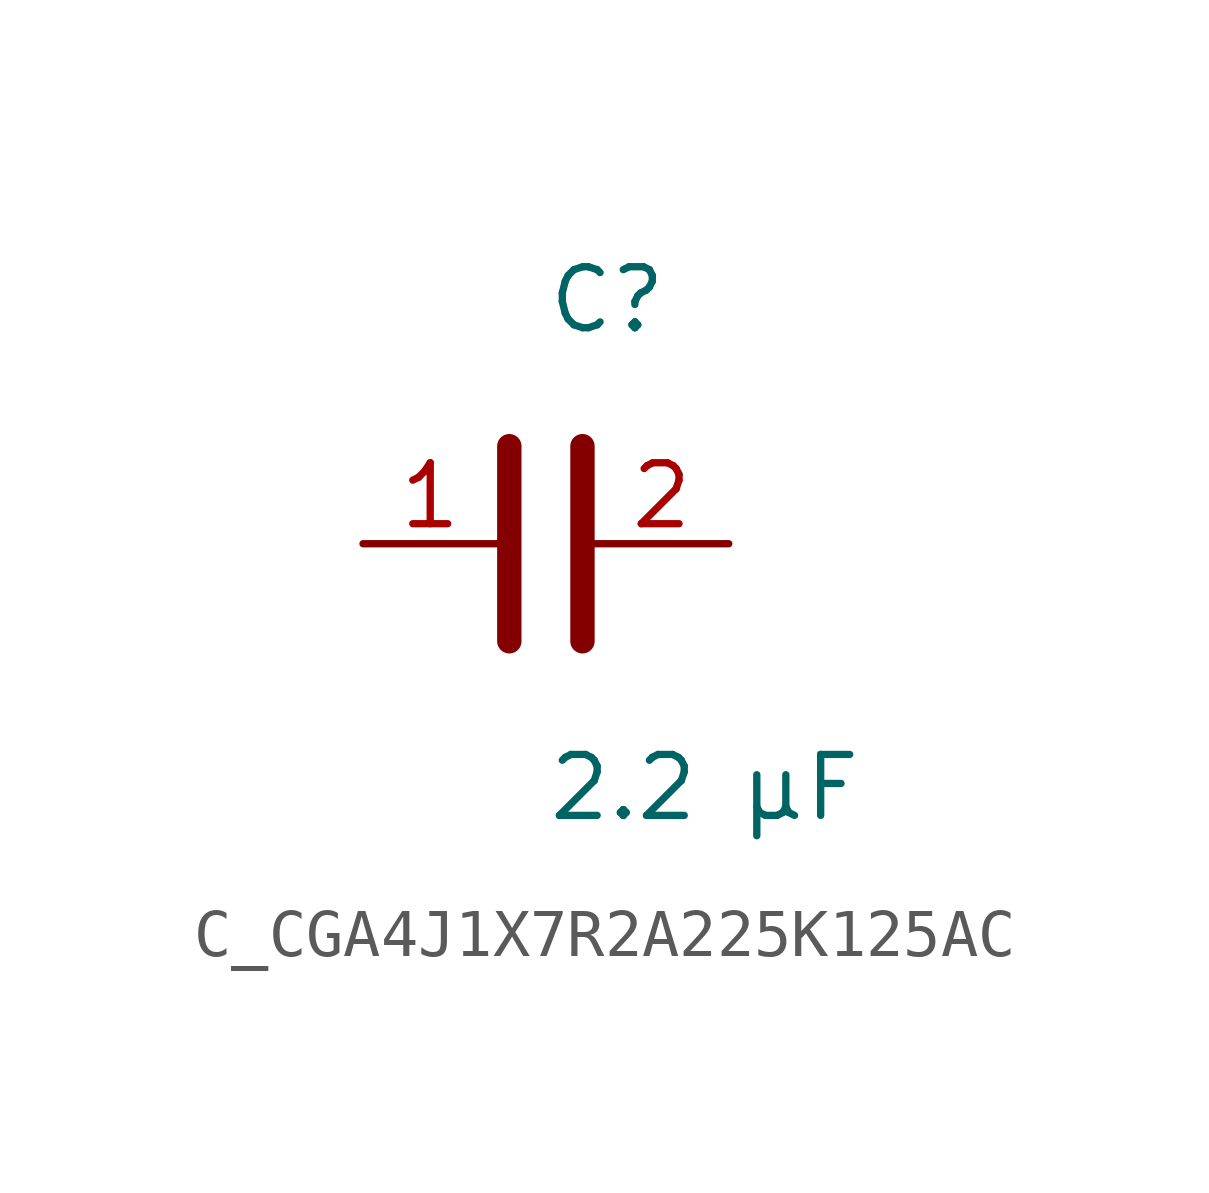
<source format=kicad_sym>
(kicad_symbol_lib
  (version 20231120)
  (generator kicad_symbol_editor)
  (generator_version 8.0)
  (symbol "C_CGA4J1X7R2A225K125AC"
    (pin_names
      (offset 0.254))
    (property "Reference" "C"
      (at 0 5.08 0)
      (effects (font (size 1.27 1.27)) (justify left)))
    (property "Value" "2.2 µF"
      (at 0 -5.08 0)
      (effects (font (size 1.27 1.27)) (justify left)))
    (symbol "C_CGA4J1X7R2A225K125AC_0_1"
      (polyline (pts (xy -0.762 -2.032) (xy -0.762 2.032)) (stroke (width 0.508) (type default)) (fill (type none)))
      (polyline (pts (xy 0.762 -2.032) (xy 0.762 2.032)) (stroke (width 0.508) (type default)) (fill (type none))))
    (pin passive line
      (at -3.81 0 0)
      (length 2.8)
      (name "" (effects (font (size 1.27 1.27))))
      (number "1" (effects (font (size 1.27 1.27)))))
    (pin passive line
      (at 3.81 0 180)
      (length 2.8)
      (name "" (effects (font (size 1.27 1.27))))
      (number "2" (effects (font (size 1.27 1.27)))))))
</source>
